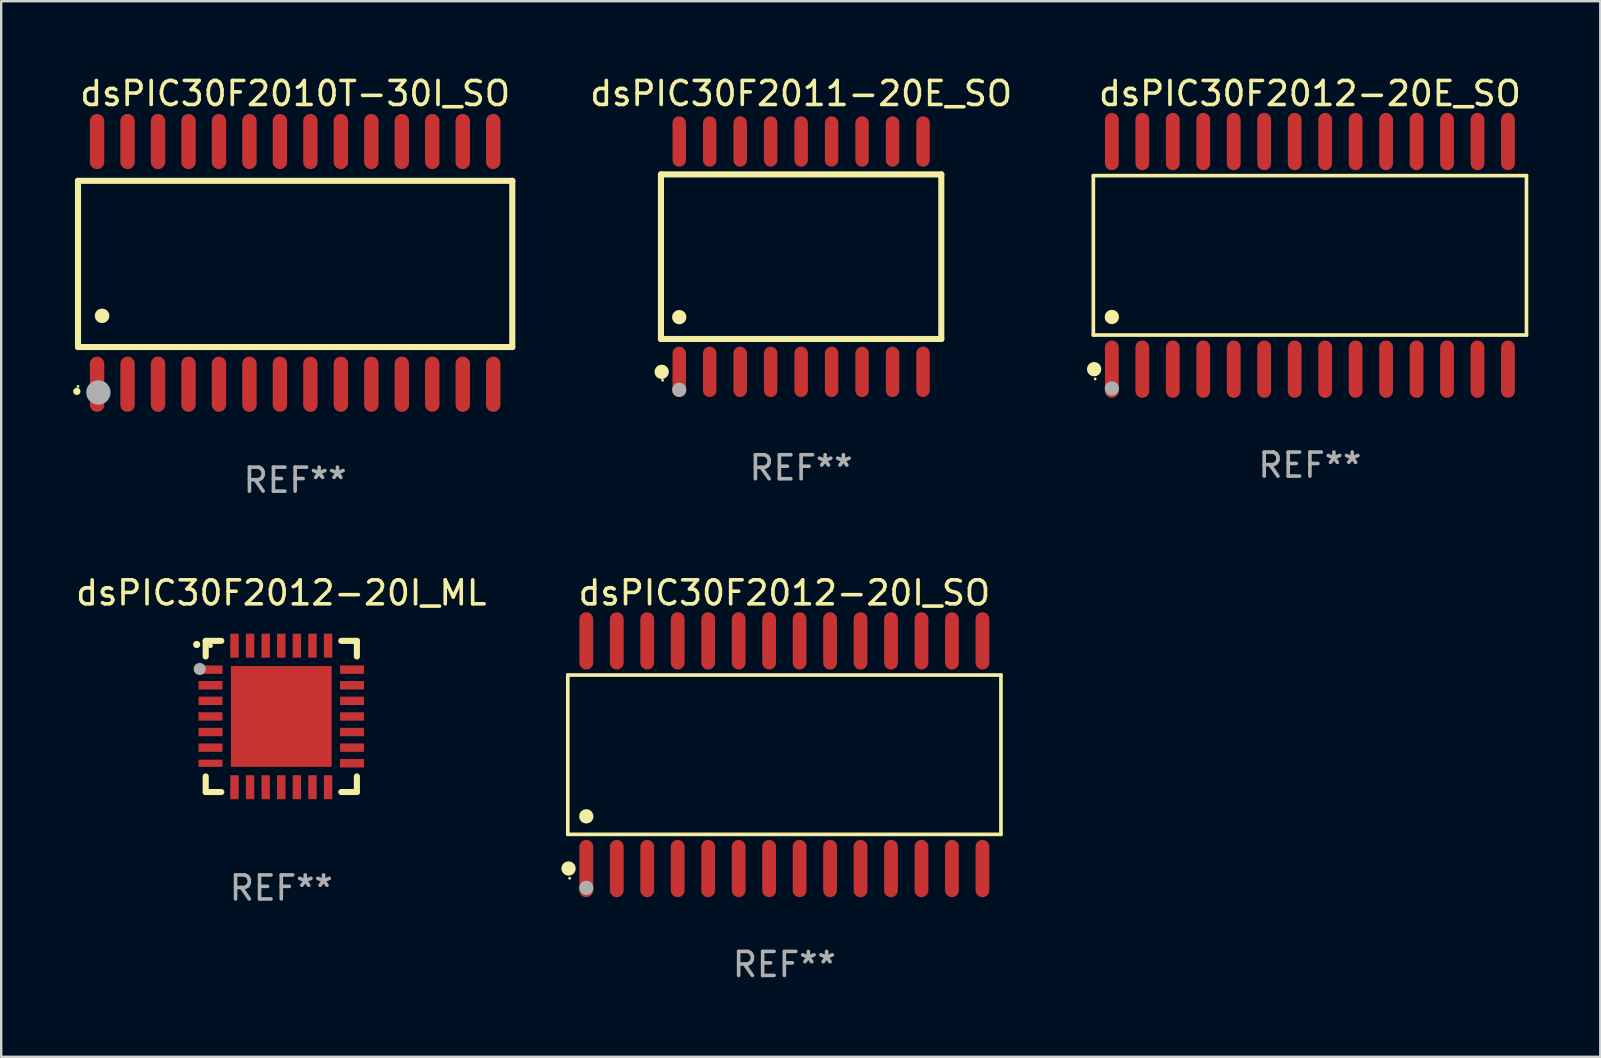
<source format=kicad_pcb>
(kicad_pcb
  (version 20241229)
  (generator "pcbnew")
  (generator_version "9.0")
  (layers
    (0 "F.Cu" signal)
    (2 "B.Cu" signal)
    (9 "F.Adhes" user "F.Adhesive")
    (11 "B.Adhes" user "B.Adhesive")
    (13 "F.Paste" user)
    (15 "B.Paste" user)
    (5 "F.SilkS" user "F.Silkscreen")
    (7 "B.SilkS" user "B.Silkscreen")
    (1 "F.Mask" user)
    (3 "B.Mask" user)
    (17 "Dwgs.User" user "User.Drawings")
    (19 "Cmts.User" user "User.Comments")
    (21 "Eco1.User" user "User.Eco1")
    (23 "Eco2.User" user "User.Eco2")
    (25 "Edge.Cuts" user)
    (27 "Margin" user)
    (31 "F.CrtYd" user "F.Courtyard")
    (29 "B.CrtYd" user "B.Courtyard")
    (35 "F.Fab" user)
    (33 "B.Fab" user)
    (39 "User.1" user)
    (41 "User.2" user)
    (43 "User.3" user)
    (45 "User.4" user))
  (footprint "dsPIC30F2010T-30I_SO"
    (layer "F.Cu")
    (at 9.251 7.906)
    (property "Reference" "dsPIC30F2010T-30I_SO" (at 0 -7.058 0) (layer "F.SilkS") (effects (font (size 1 1) (thickness 0.15))))
    (attr through_hole)
    (fp_line (start -9.05 -3.42) (end 9.05 -3.42) (stroke (width 0.254) (type solid)) (layer "F.SilkS"))
    (fp_line (start -9.05 -2.492) (end -9.05 -3.42) (stroke (width 0.254) (type solid)) (layer "F.SilkS"))
    (fp_line (start -9.05 3.508) (end -9.05 -2.492) (stroke (width 0.254) (type solid)) (layer "F.SilkS"))
    (fp_line (start 9.05 -3.42) (end 9.05 3.508) (stroke (width 0.254) (type solid)) (layer "F.SilkS"))
    (fp_line (start 9.05 3.508) (end -9.05 3.508) (stroke (width 0.254) (type solid)) (layer "F.SilkS"))
    (fp_arc (start -9.100838 5.35649) (mid -9.099568 5.356485) (end -9.098298 5.35649) (stroke (width 0.3) (type solid)) (layer "F.SilkS"))
    (fp_arc (start -8.049276 2.206883) (mid -8.046736 2.206872) (end -8.044196 2.206883) (stroke (width 0.6) (type solid)) (layer "F.SilkS"))
    (fp_circle (center -9.05 5.15) (end -9.02 5.15) (stroke (width 0.06) (type solid)) (fill no) (layer "F.SilkS"))
    (fp_circle (center -8.2 5.4) (end -7.946 5.4) (stroke (width 0.508) (type solid)) (fill no) (layer "F.Fab"))
    (fp_text user "REF**" (at 0 9.058 0) (layer "F.Fab") (effects (font (size 1 1) (thickness 0.15))))
    (pad "1" smd oval (at -8.255 5.058 180) (size 0.6 2.3) (layers "F.Cu" "F.Mask" "F.Paste"))
    (pad "2" smd oval (at -6.985 5.058 180) (size 0.6 2.3) (layers "F.Cu" "F.Mask" "F.Paste"))
    (pad "3" smd oval (at -5.715 5.058 180) (size 0.6 2.3) (layers "F.Cu" "F.Mask" "F.Paste"))
    (pad "4" smd oval (at -4.445 5.058 180) (size 0.6 2.3) (layers "F.Cu" "F.Mask" "F.Paste"))
    (pad "5" smd oval (at -3.175 5.058 180) (size 0.6 2.3) (layers "F.Cu" "F.Mask" "F.Paste"))
    (pad "6" smd oval (at -1.905 5.058 180) (size 0.6 2.3) (layers "F.Cu" "F.Mask" "F.Paste"))
    (pad "7" smd oval (at -0.635 5.058 180) (size 0.6 2.3) (layers "F.Cu" "F.Mask" "F.Paste"))
    (pad "8" smd oval (at 0.635 5.058 180) (size 0.6 2.3) (layers "F.Cu" "F.Mask" "F.Paste"))
    (pad "9" smd oval (at 1.905 5.058 180) (size 0.6 2.3) (layers "F.Cu" "F.Mask" "F.Paste"))
    (pad "10" smd oval (at 3.175 5.058 180) (size 0.6 2.3) (layers "F.Cu" "F.Mask" "F.Paste"))
    (pad "11" smd oval (at 4.445 5.058 180) (size 0.6 2.3) (layers "F.Cu" "F.Mask" "F.Paste"))
    (pad "12" smd oval (at 5.715 5.058 180) (size 0.6 2.3) (layers "F.Cu" "F.Mask" "F.Paste"))
    (pad "13" smd oval (at 6.985 5.058 180) (size 0.6 2.3) (layers "F.Cu" "F.Mask" "F.Paste"))
    (pad "14" smd oval (at 8.255 5.058 180) (size 0.6 2.3) (layers "F.Cu" "F.Mask" "F.Paste"))
    (pad "15" smd oval (at 8.255 -5.058 180) (size 0.6 2.3) (layers "F.Cu" "F.Mask" "F.Paste"))
    (pad "16" smd oval (at 6.985 -5.058 180) (size 0.6 2.3) (layers "F.Cu" "F.Mask" "F.Paste"))
    (pad "17" smd oval (at 5.715 -5.058 180) (size 0.6 2.3) (layers "F.Cu" "F.Mask" "F.Paste"))
    (pad "18" smd oval (at 4.445 -5.058 180) (size 0.6 2.3) (layers "F.Cu" "F.Mask" "F.Paste"))
    (pad "19" smd oval (at 3.175 -5.058 180) (size 0.6 2.3) (layers "F.Cu" "F.Mask" "F.Paste"))
    (pad "20" smd oval (at 1.905 -5.058 180) (size 0.6 2.3) (layers "F.Cu" "F.Mask" "F.Paste"))
    (pad "21" smd oval (at 0.635 -5.058 180) (size 0.6 2.3) (layers "F.Cu" "F.Mask" "F.Paste"))
    (pad "22" smd oval (at -0.635 -5.058 180) (size 0.6 2.3) (layers "F.Cu" "F.Mask" "F.Paste"))
    (pad "23" smd oval (at -1.905 -5.058 180) (size 0.6 2.3) (layers "F.Cu" "F.Mask" "F.Paste"))
    (pad "24" smd oval (at -3.175 -5.058 180) (size 0.6 2.3) (layers "F.Cu" "F.Mask" "F.Paste"))
    (pad "25" smd oval (at -4.445 -5.058 180) (size 0.6 2.3) (layers "F.Cu" "F.Mask" "F.Paste"))
    (pad "26" smd oval (at -5.715 -5.058 180) (size 0.6 2.3) (layers "F.Cu" "F.Mask" "F.Paste"))
    (pad "27" smd oval (at -6.985 -5.058 180) (size 0.6 2.3) (layers "F.Cu" "F.Mask" "F.Paste"))
    (pad "28" smd oval (at -8.255 -5.058 180) (size 0.6 2.3) (layers "F.Cu" "F.Mask" "F.Paste")))
  (footprint "dsPIC30F2012-20I_ML"
    (layer "F.Cu")
    (at 8.673 26.81)
    (property "Reference" "dsPIC30F2012-20I_ML" (at 0 -5.15 0) (layer "F.SilkS") (effects (font (size 1 1) (thickness 0.15))))
    (attr through_hole)
    (fp_line (start -3.15 -3.15) (end -2.5 -3.15) (stroke (width 0.254) (type solid)) (layer "F.SilkS"))
    (fp_line (start -3.15 -2.5) (end -3.15 -3.15) (stroke (width 0.254) (type solid)) (layer "F.SilkS"))
    (fp_line (start -3.15 3.15) (end -3.15 2.5) (stroke (width 0.254) (type solid)) (layer "F.SilkS"))
    (fp_line (start -2.5 3.15) (end -3.15 3.15) (stroke (width 0.254) (type solid)) (layer "F.SilkS"))
    (fp_line (start 2.5 -3.15) (end 3.15 -3.15) (stroke (width 0.254) (type solid)) (layer "F.SilkS"))
    (fp_line (start 2.5 3.15) (end 3.15 3.15) (stroke (width 0.254) (type solid)) (layer "F.SilkS"))
    (fp_line (start 3.15 -3.15) (end 3.15 -2.5) (stroke (width 0.254) (type solid)) (layer "F.SilkS"))
    (fp_line (start 3.15 3.15) (end 3.15 2.5) (stroke (width 0.254) (type solid)) (layer "F.SilkS"))
    (fp_arc (start -3.525527 -2.997206) (mid -3.525532 -2.998476) (end -3.525527 -2.999746) (stroke (width 0.3) (type solid)) (layer "F.SilkS"))
    (fp_circle (center -2.95 -2.95) (end -2.9 -2.95) (stroke (width 0.1) (type solid)) (fill no) (layer "F.SilkS"))
    (fp_circle (center -3.4 -1.98) (end -3.273 -1.98) (stroke (width 0.254) (type solid)) (fill no) (layer "F.Fab"))
    (fp_text user "REF**" (at 0 7.15 0) (layer "F.Fab") (effects (font (size 1 1) (thickness 0.15))))
    (pad "1" smd rect (at -2.949 -1.951 90) (size 0.35 1) (layers "F.Cu" "F.Mask" "F.Paste"))
    (pad "2" smd rect (at -2.949 -1.301 90) (size 0.35 1) (layers "F.Cu" "F.Mask" "F.Paste"))
    (pad "3" smd rect (at -2.949 -0.65 90) (size 0.35 1) (layers "F.Cu" "F.Mask" "F.Paste"))
    (pad "4" smd rect (at -2.949 -0.000025 90) (size 0.35 1) (layers "F.Cu" "F.Mask" "F.Paste"))
    (pad "5" smd rect (at -2.949 0.65 90) (size 0.35 1) (layers "F.Cu" "F.Mask" "F.Paste"))
    (pad "6" smd rect (at -2.949 1.3 90) (size 0.35 1) (layers "F.Cu" "F.Mask" "F.Paste"))
    (pad "7" smd rect (at -2.949 1.951 90) (size 0.3 1) (layers "F.Cu" "F.Mask" "F.Paste"))
    (pad "8" smd rect (at -1.951 2.949) (size 0.35 1) (layers "F.Cu" "F.Mask" "F.Paste"))
    (pad "9" smd rect (at -1.301 2.949) (size 0.35 1) (layers "F.Cu" "F.Mask" "F.Paste"))
    (pad "10" smd rect (at -0.65 2.949) (size 0.35 1) (layers "F.Cu" "F.Mask" "F.Paste"))
    (pad "11" smd rect (at -0.000076 2.949) (size 0.35 1) (layers "F.Cu" "F.Mask" "F.Paste"))
    (pad "12" smd rect (at 0.65 2.949) (size 0.35 1) (layers "F.Cu" "F.Mask" "F.Paste"))
    (pad "13" smd rect (at 1.3 2.949) (size 0.35 1) (layers "F.Cu" "F.Mask" "F.Paste"))
    (pad "14" smd rect (at 1.951 2.949) (size 0.35 1) (layers "F.Cu" "F.Mask" "F.Paste"))
    (pad "15" smd rect (at 2.949 1.951 90) (size 0.35 1) (layers "F.Cu" "F.Mask" "F.Paste"))
    (pad "16" smd rect (at 2.949 1.3 90) (size 0.35 1) (layers "F.Cu" "F.Mask" "F.Paste"))
    (pad "17" smd rect (at 2.949 0.65 90) (size 0.35 1) (layers "F.Cu" "F.Mask" "F.Paste"))
    (pad "18" smd rect (at 2.949 -0.000025 90) (size 0.35 1) (layers "F.Cu" "F.Mask" "F.Paste"))
    (pad "19" smd rect (at 2.949 -0.65 90) (size 0.35 1) (layers "F.Cu" "F.Mask" "F.Paste"))
    (pad "20" smd rect (at 2.949 -1.301 90) (size 0.35 1) (layers "F.Cu" "F.Mask" "F.Paste"))
    (pad "21" smd rect (at 2.949 -1.951 90) (size 0.35 1) (layers "F.Cu" "F.Mask" "F.Paste"))
    (pad "22" smd rect (at 1.951 -2.949) (size 0.35 1) (layers "F.Cu" "F.Mask" "F.Paste"))
    (pad "23" smd rect (at 1.3 -2.949) (size 0.35 1) (layers "F.Cu" "F.Mask" "F.Paste"))
    (pad "24" smd rect (at 0.65 -2.949) (size 0.35 1) (layers "F.Cu" "F.Mask" "F.Paste"))
    (pad "25" smd rect (at -0.000076 -2.949) (size 0.35 1) (layers "F.Cu" "F.Mask" "F.Paste"))
    (pad "26" smd rect (at -0.65 -2.949) (size 0.35 1) (layers "F.Cu" "F.Mask" "F.Paste"))
    (pad "27" smd rect (at -1.301 -2.949) (size 0.35 1) (layers "F.Cu" "F.Mask" "F.Paste"))
    (pad "28" smd rect (at -1.951 -2.949) (size 0.35 1) (layers "F.Cu" "F.Mask" "F.Paste"))
    (pad "29" smd rect (at -0.000076 -0.000025) (size 4.2 4.2) (layers "F.Cu" "F.Mask" "F.Paste")))
  (footprint "dsPIC30F2012-20I_SO"
    (layer "F.Cu")
    (at 29.64 28.404)
    (property "Reference" "dsPIC30F2012-20I_SO" (at 0 -6.744 0) (layer "F.SilkS") (effects (font (size 1 1) (thickness 0.15))))
    (attr through_hole)
    (fp_line (start -9.026 -3.321) (end 9.026 -3.321) (stroke (width 0.152) (type solid)) (layer "F.SilkS"))
    (fp_line (start -9.026 3.321) (end -9.026 -3.321) (stroke (width 0.152) (type solid)) (layer "F.SilkS"))
    (fp_line (start 9.026 -3.321) (end 9.026 3.321) (stroke (width 0.152) (type solid)) (layer "F.SilkS"))
    (fp_line (start 9.026 3.321) (end -9.026 3.321) (stroke (width 0.152) (type solid)) (layer "F.SilkS"))
    (fp_circle (center -8.994 4.744) (end -8.844 4.744) (stroke (width 0.3) (type solid)) (fill no) (layer "F.SilkS"))
    (fp_circle (center -8.95 5.15) (end -8.92 5.15) (stroke (width 0.06) (type solid)) (fill no) (layer "F.SilkS"))
    (fp_circle (center -8.255 2.569) (end -8.105 2.569) (stroke (width 0.3) (type solid)) (fill no) (layer "F.SilkS"))
    (fp_circle (center -8.255 5.55) (end -8.105 5.55) (stroke (width 0.3) (type solid)) (fill no) (layer "F.Fab"))
    (fp_text user "REF**" (at 0 8.744 0) (layer "F.Fab") (effects (font (size 1 1) (thickness 0.15))))
    (pad "1" smd oval (at -8.255 4.744) (size 0.574 2.388) (layers "F.Cu" "F.Mask" "F.Paste"))
    (pad "2" smd oval (at -6.985 4.744) (size 0.574 2.388) (layers "F.Cu" "F.Mask" "F.Paste"))
    (pad "3" smd oval (at -5.715 4.744) (size 0.574 2.388) (layers "F.Cu" "F.Mask" "F.Paste"))
    (pad "4" smd oval (at -4.445 4.744) (size 0.574 2.388) (layers "F.Cu" "F.Mask" "F.Paste"))
    (pad "5" smd oval (at -3.175 4.744) (size 0.574 2.388) (layers "F.Cu" "F.Mask" "F.Paste"))
    (pad "6" smd oval (at -1.905 4.744) (size 0.574 2.388) (layers "F.Cu" "F.Mask" "F.Paste"))
    (pad "7" smd oval (at -0.635 4.744) (size 0.574 2.388) (layers "F.Cu" "F.Mask" "F.Paste"))
    (pad "8" smd oval (at 0.635 4.744) (size 0.574 2.388) (layers "F.Cu" "F.Mask" "F.Paste"))
    (pad "9" smd oval (at 1.905 4.744) (size 0.574 2.388) (layers "F.Cu" "F.Mask" "F.Paste"))
    (pad "10" smd oval (at 3.175 4.744) (size 0.574 2.388) (layers "F.Cu" "F.Mask" "F.Paste"))
    (pad "11" smd oval (at 4.445 4.744) (size 0.574 2.388) (layers "F.Cu" "F.Mask" "F.Paste"))
    (pad "12" smd oval (at 5.715 4.744) (size 0.574 2.388) (layers "F.Cu" "F.Mask" "F.Paste"))
    (pad "13" smd oval (at 6.985 4.744) (size 0.574 2.388) (layers "F.Cu" "F.Mask" "F.Paste"))
    (pad "14" smd oval (at 8.255 4.744) (size 0.574 2.388) (layers "F.Cu" "F.Mask" "F.Paste"))
    (pad "15" smd oval (at 8.255 -4.744) (size 0.574 2.388) (layers "F.Cu" "F.Mask" "F.Paste"))
    (pad "16" smd oval (at 6.985 -4.744) (size 0.574 2.388) (layers "F.Cu" "F.Mask" "F.Paste"))
    (pad "17" smd oval (at 5.715 -4.744) (size 0.574 2.388) (layers "F.Cu" "F.Mask" "F.Paste"))
    (pad "18" smd oval (at 4.445 -4.744) (size 0.574 2.388) (layers "F.Cu" "F.Mask" "F.Paste"))
    (pad "19" smd oval (at 3.175 -4.744) (size 0.574 2.388) (layers "F.Cu" "F.Mask" "F.Paste"))
    (pad "20" smd oval (at 1.905 -4.744) (size 0.574 2.388) (layers "F.Cu" "F.Mask" "F.Paste"))
    (pad "21" smd oval (at 0.635 -4.744) (size 0.574 2.388) (layers "F.Cu" "F.Mask" "F.Paste"))
    (pad "22" smd oval (at -0.635 -4.744) (size 0.574 2.388) (layers "F.Cu" "F.Mask" "F.Paste"))
    (pad "23" smd oval (at -1.905 -4.744) (size 0.574 2.388) (layers "F.Cu" "F.Mask" "F.Paste"))
    (pad "24" smd oval (at -3.175 -4.744) (size 0.574 2.388) (layers "F.Cu" "F.Mask" "F.Paste"))
    (pad "25" smd oval (at -4.445 -4.744) (size 0.574 2.388) (layers "F.Cu" "F.Mask" "F.Paste"))
    (pad "26" smd oval (at -5.715 -4.744) (size 0.574 2.388) (layers "F.Cu" "F.Mask" "F.Paste"))
    (pad "27" smd oval (at -6.985 -4.744) (size 0.574 2.388) (layers "F.Cu" "F.Mask" "F.Paste"))
    (pad "28" smd oval (at -8.255 -4.744) (size 0.574 2.388) (layers "F.Cu" "F.Mask" "F.Paste")))
  (footprint "dsPIC30F2012-20E_SO"
    (layer "F.Cu")
    (at 51.544 7.592)
    (property "Reference" "dsPIC30F2012-20E_SO" (at 0 -6.744 0) (layer "F.SilkS") (effects (font (size 1 1) (thickness 0.15))))
    (attr through_hole)
    (fp_line (start -9.026 -3.321) (end 9.026 -3.321) (stroke (width 0.152) (type solid)) (layer "F.SilkS"))
    (fp_line (start -9.026 3.321) (end -9.026 -3.321) (stroke (width 0.152) (type solid)) (layer "F.SilkS"))
    (fp_line (start 9.026 -3.321) (end 9.026 3.321) (stroke (width 0.152) (type solid)) (layer "F.SilkS"))
    (fp_line (start 9.026 3.321) (end -9.026 3.321) (stroke (width 0.152) (type solid)) (layer "F.SilkS"))
    (fp_circle (center -8.994 4.744) (end -8.844 4.744) (stroke (width 0.3) (type solid)) (fill no) (layer "F.SilkS"))
    (fp_circle (center -8.95 5.15) (end -8.92 5.15) (stroke (width 0.06) (type solid)) (fill no) (layer "F.SilkS"))
    (fp_circle (center -8.255 2.569) (end -8.105 2.569) (stroke (width 0.3) (type solid)) (fill no) (layer "F.SilkS"))
    (fp_circle (center -8.255 5.55) (end -8.105 5.55) (stroke (width 0.3) (type solid)) (fill no) (layer "F.Fab"))
    (fp_text user "REF**" (at 0 8.744 0) (layer "F.Fab") (effects (font (size 1 1) (thickness 0.15))))
    (pad "1" smd oval (at -8.255 4.744) (size 0.574 2.388) (layers "F.Cu" "F.Mask" "F.Paste"))
    (pad "2" smd oval (at -6.985 4.744) (size 0.574 2.388) (layers "F.Cu" "F.Mask" "F.Paste"))
    (pad "3" smd oval (at -5.715 4.744) (size 0.574 2.388) (layers "F.Cu" "F.Mask" "F.Paste"))
    (pad "4" smd oval (at -4.445 4.744) (size 0.574 2.388) (layers "F.Cu" "F.Mask" "F.Paste"))
    (pad "5" smd oval (at -3.175 4.744) (size 0.574 2.388) (layers "F.Cu" "F.Mask" "F.Paste"))
    (pad "6" smd oval (at -1.905 4.744) (size 0.574 2.388) (layers "F.Cu" "F.Mask" "F.Paste"))
    (pad "7" smd oval (at -0.635 4.744) (size 0.574 2.388) (layers "F.Cu" "F.Mask" "F.Paste"))
    (pad "8" smd oval (at 0.635 4.744) (size 0.574 2.388) (layers "F.Cu" "F.Mask" "F.Paste"))
    (pad "9" smd oval (at 1.905 4.744) (size 0.574 2.388) (layers "F.Cu" "F.Mask" "F.Paste"))
    (pad "10" smd oval (at 3.175 4.744) (size 0.574 2.388) (layers "F.Cu" "F.Mask" "F.Paste"))
    (pad "11" smd oval (at 4.445 4.744) (size 0.574 2.388) (layers "F.Cu" "F.Mask" "F.Paste"))
    (pad "12" smd oval (at 5.715 4.744) (size 0.574 2.388) (layers "F.Cu" "F.Mask" "F.Paste"))
    (pad "13" smd oval (at 6.985 4.744) (size 0.574 2.388) (layers "F.Cu" "F.Mask" "F.Paste"))
    (pad "14" smd oval (at 8.255 4.744) (size 0.574 2.388) (layers "F.Cu" "F.Mask" "F.Paste"))
    (pad "15" smd oval (at 8.255 -4.744) (size 0.574 2.388) (layers "F.Cu" "F.Mask" "F.Paste"))
    (pad "16" smd oval (at 6.985 -4.744) (size 0.574 2.388) (layers "F.Cu" "F.Mask" "F.Paste"))
    (pad "17" smd oval (at 5.715 -4.744) (size 0.574 2.388) (layers "F.Cu" "F.Mask" "F.Paste"))
    (pad "18" smd oval (at 4.445 -4.744) (size 0.574 2.388) (layers "F.Cu" "F.Mask" "F.Paste"))
    (pad "19" smd oval (at 3.175 -4.744) (size 0.574 2.388) (layers "F.Cu" "F.Mask" "F.Paste"))
    (pad "20" smd oval (at 1.905 -4.744) (size 0.574 2.388) (layers "F.Cu" "F.Mask" "F.Paste"))
    (pad "21" smd oval (at 0.635 -4.744) (size 0.574 2.388) (layers "F.Cu" "F.Mask" "F.Paste"))
    (pad "22" smd oval (at -0.635 -4.744) (size 0.574 2.388) (layers "F.Cu" "F.Mask" "F.Paste"))
    (pad "23" smd oval (at -1.905 -4.744) (size 0.574 2.388) (layers "F.Cu" "F.Mask" "F.Paste"))
    (pad "24" smd oval (at -3.175 -4.744) (size 0.574 2.388) (layers "F.Cu" "F.Mask" "F.Paste"))
    (pad "25" smd oval (at -4.445 -4.744) (size 0.574 2.388) (layers "F.Cu" "F.Mask" "F.Paste"))
    (pad "26" smd oval (at -5.715 -4.744) (size 0.574 2.388) (layers "F.Cu" "F.Mask" "F.Paste"))
    (pad "27" smd oval (at -6.985 -4.744) (size 0.574 2.388) (layers "F.Cu" "F.Mask" "F.Paste"))
    (pad "28" smd oval (at -8.255 -4.744) (size 0.574 2.388) (layers "F.Cu" "F.Mask" "F.Paste")))
  (footprint "dsPIC30F2011-20E_SO"
    (layer "F.Cu")
    (at 30.339 7.648)
    (property "Reference" "dsPIC30F2011-20E_SO" (at 0 -6.8 0) (layer "F.SilkS") (effects (font (size 1 1) (thickness 0.15))))
    (attr through_hole)
    (fp_line (start -5.842 -3.429) (end -5.842 3.429) (stroke (width 0.254) (type solid)) (layer "F.SilkS"))
    (fp_line (start -5.842 3.429) (end 5.842 3.429) (stroke (width 0.254) (type solid)) (layer "F.SilkS"))
    (fp_line (start 5.842 -3.429) (end -5.842 -3.429) (stroke (width 0.254) (type solid)) (layer "F.SilkS"))
    (fp_line (start 5.842 3.429) (end 5.842 -3.429) (stroke (width 0.254) (type solid)) (layer "F.SilkS"))
    (fp_circle (center -5.812 4.8) (end -5.662 4.8) (stroke (width 0.3) (type solid)) (fill no) (layer "F.SilkS"))
    (fp_circle (center -5.775 5.15) (end -5.745 5.15) (stroke (width 0.06) (type solid)) (fill no) (layer "F.SilkS"))
    (fp_circle (center -5.08 2.519) (end -4.93 2.519) (stroke (width 0.3) (type solid)) (fill no) (layer "F.SilkS"))
    (fp_circle (center -5.08 5.55) (end -4.93 5.55) (stroke (width 0.3) (type solid)) (fill no) (layer "F.Fab"))
    (fp_text user "REF**" (at 0 8.8 0) (layer "F.Fab") (effects (font (size 1 1) (thickness 0.15))))
    (pad "1" smd oval (at -5.08 4.8) (size 0.56 2.1) (layers "F.Cu" "F.Mask" "F.Paste"))
    (pad "2" smd oval (at -3.81 4.8) (size 0.56 2.1) (layers "F.Cu" "F.Mask" "F.Paste"))
    (pad "3" smd oval (at -2.54 4.8) (size 0.56 2.1) (layers "F.Cu" "F.Mask" "F.Paste"))
    (pad "4" smd oval (at -1.27 4.8) (size 0.56 2.1) (layers "F.Cu" "F.Mask" "F.Paste"))
    (pad "5" smd oval (at 0 4.8) (size 0.56 2.1) (layers "F.Cu" "F.Mask" "F.Paste"))
    (pad "6" smd oval (at 1.27 4.8) (size 0.56 2.1) (layers "F.Cu" "F.Mask" "F.Paste"))
    (pad "7" smd oval (at 2.54 4.8) (size 0.56 2.1) (layers "F.Cu" "F.Mask" "F.Paste"))
    (pad "8" smd oval (at 3.81 4.8) (size 0.56 2.1) (layers "F.Cu" "F.Mask" "F.Paste"))
    (pad "9" smd oval (at 5.08 4.8) (size 0.56 2.1) (layers "F.Cu" "F.Mask" "F.Paste"))
    (pad "10" smd oval (at 5.08 -4.8) (size 0.56 2.1) (layers "F.Cu" "F.Mask" "F.Paste"))
    (pad "11" smd oval (at 3.81 -4.8) (size 0.56 2.1) (layers "F.Cu" "F.Mask" "F.Paste"))
    (pad "12" smd oval (at 2.54 -4.8) (size 0.56 2.1) (layers "F.Cu" "F.Mask" "F.Paste"))
    (pad "13" smd oval (at 1.27 -4.8) (size 0.56 2.1) (layers "F.Cu" "F.Mask" "F.Paste"))
    (pad "14" smd oval (at 0 -4.8) (size 0.56 2.1) (layers "F.Cu" "F.Mask" "F.Paste"))
    (pad "15" smd oval (at -1.27 -4.8) (size 0.56 2.1) (layers "F.Cu" "F.Mask" "F.Paste"))
    (pad "16" smd oval (at -2.54 -4.8) (size 0.56 2.1) (layers "F.Cu" "F.Mask" "F.Paste"))
    (pad "17" smd oval (at -3.81 -4.8) (size 0.56 2.1) (layers "F.Cu" "F.Mask" "F.Paste"))
    (pad "18" smd oval (at -5.08 -4.8) (size 0.56 2.1) (layers "F.Cu" "F.Mask" "F.Paste")))
  (gr_rect
    (start -3 -3)
    (end 63.646 40.996)
    (stroke (width 0.1) (type default))
    (fill no)
    (layer "Edge.Cuts")))
</source>
